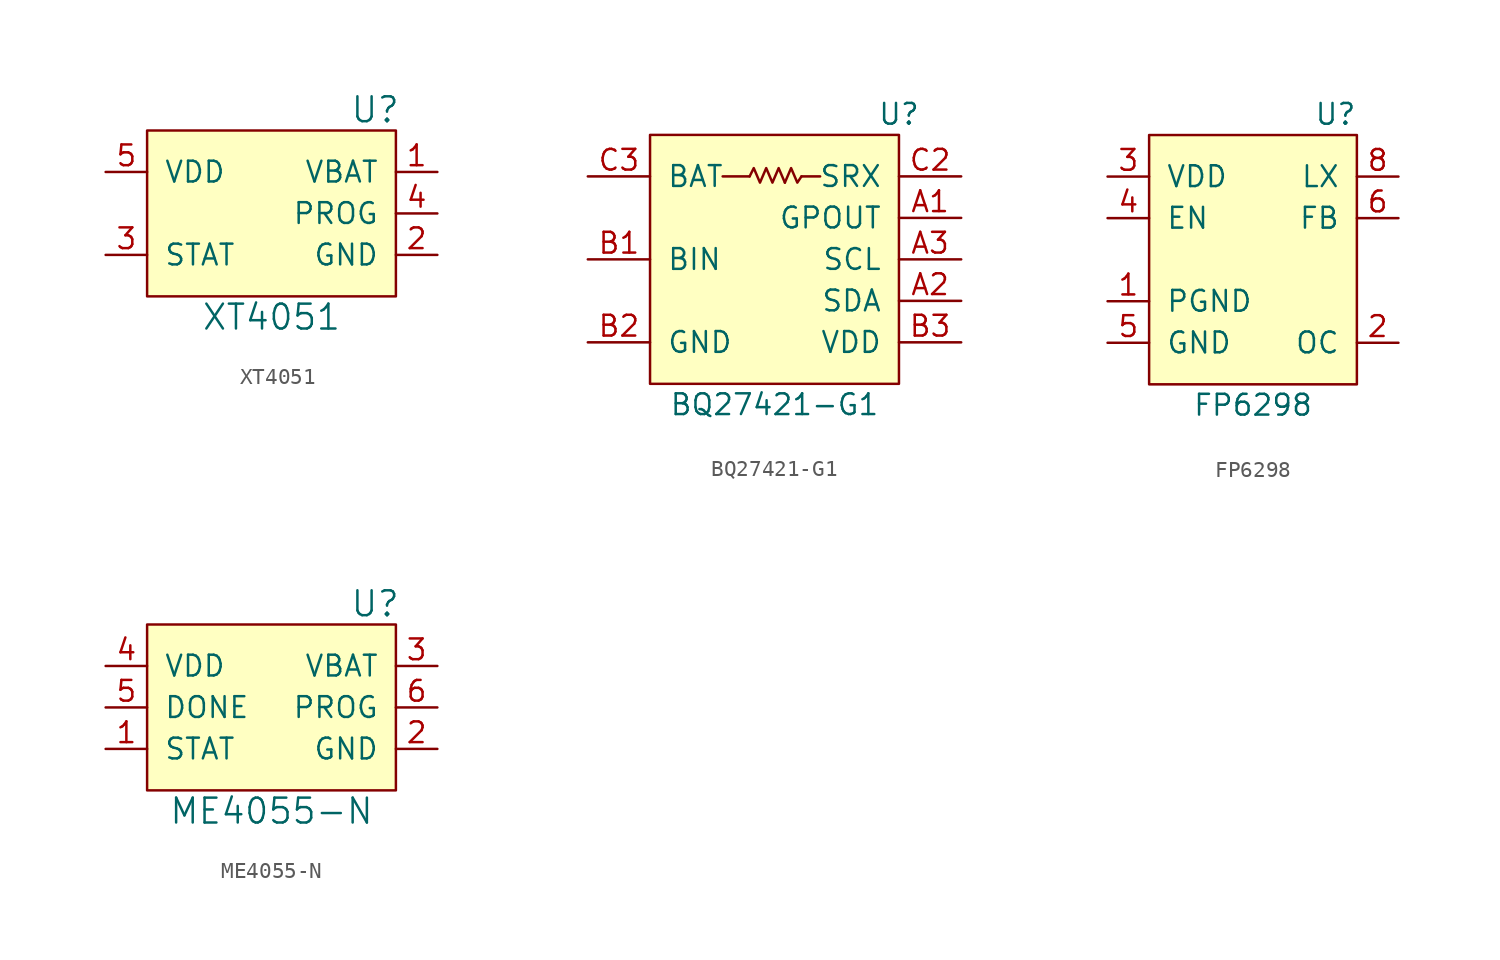
<source format=kicad_sym>
(kicad_symbol_lib
  (version 20231120)
  (generator "kicad_symbol_editor")
  (generator_version "7.99")
  (symbol " XT4051"
    (pin_names
      (offset 1.016))
    (property "Reference" "U"
      (at 6.35 6.35 0)
      (effects (font (size 1.524 1.524))))
    (property "Value" " XT4051"
      (at 0 -6.35 0)
      (effects (font (size 1.524 1.524))))
    (symbol " XT4051_0_1"
      (rectangle (start -7.62 5.08) (end 7.62 -5.08) (stroke (width 0) (type default)) (fill (type background))))
    (symbol " XT4051_1_1"
      (pin power_out line (at 10.16 2.54 180) (length 2.54) (name "VBAT" (effects (font (size 1.27 1.27)))) (number "1" (effects (font (size 1.27 1.27)))))
      (pin power_in line (at 10.16 -2.54 180) (length 2.54) (name "GND" (effects (font (size 1.27 1.27)))) (number "2" (effects (font (size 1.27 1.27)))))
      (pin output line (at -10.16 -2.54 0) (length 2.54) (name "STAT" (effects (font (size 1.27 1.27)))) (number "3" (effects (font (size 1.27 1.27)))))
      (pin input line (at 10.16 0 180) (length 2.54) (name "PROG" (effects (font (size 1.27 1.27)))) (number "4" (effects (font (size 1.27 1.27)))))
      (pin power_in line (at -10.16 2.54 0) (length 2.54) (name "VDD" (effects (font (size 1.27 1.27)))) (number "5" (effects (font (size 1.27 1.27)))))))
  (symbol "BQ27421-G1"
    (pin_names
      (offset 1.016))
    (property "Reference" "U"
      (at 7.62 8.89 0)
      (effects (font (size 1.27 1.27))))
    (property "Value" "BQ27421-G1"
      (at 0 -8.89 0)
      (effects (font (size 1.27 1.27))))
    (symbol "BQ27421-G1_0_1"
      (rectangle (start -7.62 7.62) (end 7.62 -7.62) (stroke (width 0) (type default)) (fill (type background)))
      (polyline (pts (xy -1.524 5.08) (xy -3.175 5.08)) (stroke (width 0) (type default)) (fill (type none)))
      (polyline (pts (xy 1.651 5.08) (xy 2.794 5.08)) (stroke (width 0) (type default)) (fill (type none)))
      (polyline (pts (xy 0.635 4.699) (xy 1.016 5.588) (xy 1.397 4.699) (xy 1.651 5.08)) (stroke (width 0) (type default)) (fill (type none)))
      (polyline (pts (xy -1.524 5.08) (xy -1.27 5.588) (xy -0.889 4.699) (xy -0.508 5.588) (xy -0.127 4.699) (xy 0.254 5.588) (xy 0.635 4.699)) (stroke (width 0) (type default)) (fill (type none))))
    (symbol "BQ27421-G1_1_1"
      (pin output line (at 11.43 2.54 180) (length 3.81) (name "GPOUT" (effects (font (size 1.27 1.27)))) (number "A1" (effects (font (size 1.27 1.27)))))
      (pin bidirectional line (at 11.43 -2.54 180) (length 3.81) (name "SDA" (effects (font (size 1.27 1.27)))) (number "A2" (effects (font (size 1.27 1.27)))))
      (pin input line (at 11.43 0 180) (length 3.81) (name "SCL" (effects (font (size 1.27 1.27)))) (number "A3" (effects (font (size 1.27 1.27)))))
      (pin input line (at -11.43 0 0) (length 3.81) (name "BIN" (effects (font (size 1.27 1.27)))) (number "B1" (effects (font (size 1.27 1.27)))))
      (pin power_out line (at -11.43 -5.08 0) (length 3.81) (name "GND" (effects (font (size 1.27 1.27)))) (number "B2" (effects (font (size 1.27 1.27)))))
      (pin power_out line (at 11.43 -5.08 180) (length 3.81) (name "VDD" (effects (font (size 1.27 1.27)))) (number "B3" (effects (font (size 1.27 1.27)))))
      (pin passive line (at -11.43 -5.08 0) (length 3.81) hide (name "GND" (effects (font (size 1.27 1.27)))) (number "C1" (effects (font (size 1.27 1.27)))))
      (pin power_out line (at 11.43 5.08 180) (length 3.81) (name "SRX" (effects (font (size 1.27 1.27)))) (number "C2" (effects (font (size 1.27 1.27)))))
      (pin power_in line (at -11.43 5.08 0) (length 3.81) (name "BAT" (effects (font (size 1.27 1.27)))) (number "C3" (effects (font (size 1.27 1.27)))))))
  (symbol "FP6298"
    (pin_names
      (offset 1.016))
    (property "Reference" "U"
      (at 6.35 8.89 0)
      (effects (font (size 1.27 1.27)) (justify right)))
    (property "Value" "FP6298"
      (at 0 -8.89 0)
      (effects (font (size 1.27 1.27))))
    (symbol "FP6298_0_1"
      (rectangle (start -6.35 7.62) (end 6.35 -7.62) (stroke (width 0) (type default)) (fill (type background))))
    (symbol "FP6298_1_1"
      (pin power_in line (at -8.89 -2.54 0) (length 2.54) (name "PGND" (effects (font (size 1.27 1.27)))) (number "1" (effects (font (size 1.27 1.27)))))
      (pin input line (at 8.89 -5.08 180) (length 2.54) (name "OC" (effects (font (size 1.27 1.27)))) (number "2" (effects (font (size 1.27 1.27)))))
      (pin power_in line (at -8.89 5.08 0) (length 2.54) (name "VDD" (effects (font (size 1.27 1.27)))) (number "3" (effects (font (size 1.27 1.27)))))
      (pin input line (at -8.89 2.54 0) (length 2.54) (name "EN" (effects (font (size 1.27 1.27)))) (number "4" (effects (font (size 1.27 1.27)))))
      (pin power_in line (at -8.89 -5.08 0) (length 2.54) (name "GND" (effects (font (size 1.27 1.27)))) (number "5" (effects (font (size 1.27 1.27)))))
      (pin input line (at 8.89 2.54 180) (length 2.54) (name "FB" (effects (font (size 1.27 1.27)))) (number "6" (effects (font (size 1.27 1.27)))))
      (pin output line (at 8.89 5.08 180) (length 2.54) (name "LX" (effects (font (size 1.27 1.27)))) (number "8" (effects (font (size 1.27 1.27)))))
      (pin passive line (at -8.89 -5.08 0) (length 2.54) hide (name "GND" (effects (font (size 1.27 1.27)))) (number "9" (effects (font (size 1.27 1.27)))))))
  (symbol "ME4055-N"
    (pin_names
      (offset 1.016))
    (property "Reference" "U"
      (at 6.35 6.35 0)
      (effects (font (size 1.524 1.524))))
    (property "Value" "ME4055-N"
      (at 0 -6.35 0)
      (effects (font (size 1.524 1.524))))
    (symbol "ME4055-N_0_1"
      (rectangle (start -7.62 5.08) (end 7.62 -5.08) (stroke (width 0) (type default)) (fill (type background))))
    (symbol "ME4055-N_1_1"
      (pin output line (at -10.16 -2.54 0) (length 2.54) (name "STAT" (effects (font (size 1.27 1.27)))) (number "1" (effects (font (size 1.27 1.27)))))
      (pin power_in line (at 10.16 -2.54 180) (length 2.54) (name "GND" (effects (font (size 1.27 1.27)))) (number "2" (effects (font (size 1.27 1.27)))))
      (pin power_out line (at 10.16 2.54 180) (length 2.54) (name "VBAT" (effects (font (size 1.27 1.27)))) (number "3" (effects (font (size 1.27 1.27)))))
      (pin power_in line (at -10.16 2.54 0) (length 2.54) (name "VDD" (effects (font (size 1.27 1.27)))) (number "4" (effects (font (size 1.27 1.27)))))
      (pin output line (at -10.16 0 0) (length 2.54) (name "DONE" (effects (font (size 1.27 1.27)))) (number "5" (effects (font (size 1.27 1.27)))))
      (pin input line (at 10.16 0 180) (length 2.54) (name "PROG" (effects (font (size 1.27 1.27)))) (number "6" (effects (font (size 1.27 1.27))))))))
</source>
